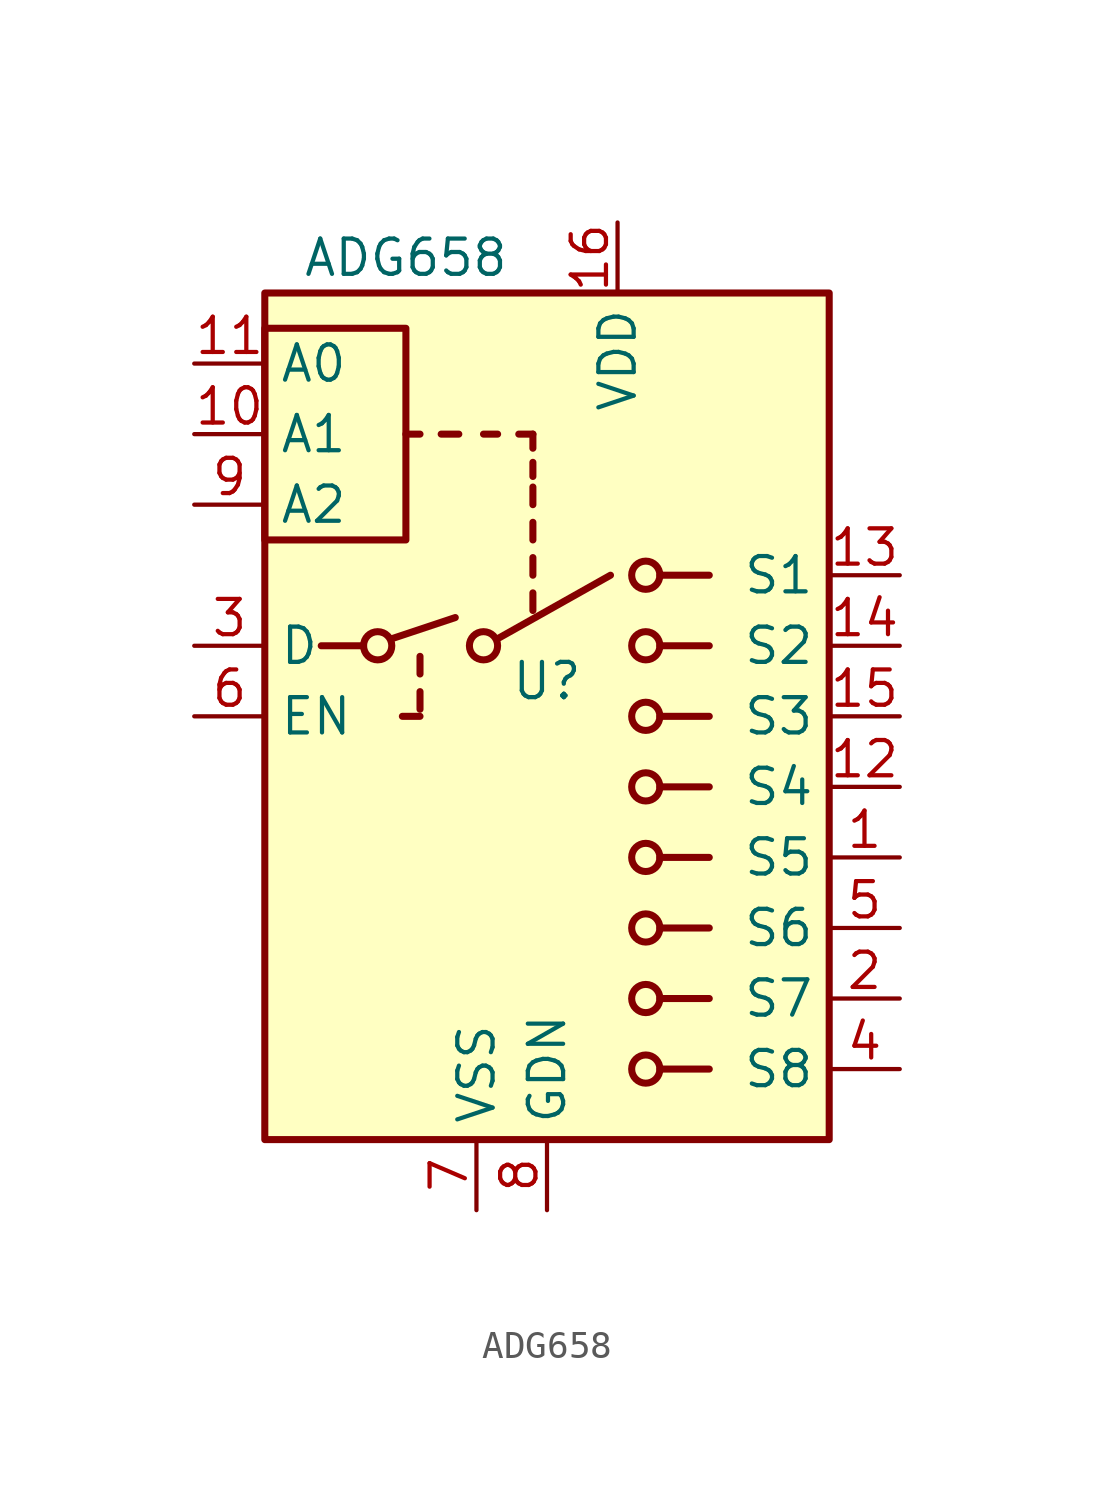
<source format=kicad_sym>
(kicad_symbol_lib
  (version 20211014)
  (generator kicad_symbol_editor)
  (symbol "ADG658"
    (property "Reference" "U"
      (at 0 0 0)
      (effects (font (size 1.27 1.27))))
    (property "Value" "ADG658"
      (at -5.08 15.24 0)
      (effects (font (size 1.27 1.27))))
    (symbol "ADG658_0_1"
      (rectangle (start -10.16 5.08) (end -5.08 12.7) (stroke (width 0.254) (type default) (color 0 0 0 0)) (fill (type none)))
      (rectangle (start -10.16 13.97) (end 10.16 -16.51) (stroke (width 0.254) (type default) (color 0 0 0 0)) (fill (type background)))
      (circle (center -6.096 1.27) (radius 0.508) (stroke (width 0.254) (type default) (color 0 0 0 0)) (fill (type none)))
      (circle (center -2.286 1.27) (radius 0.508) (stroke (width 0.254) (type default) (color 0 0 0 0)) (fill (type none)))
      (polyline (pts (xy -8.128 1.27) (xy -6.604 1.27)) (stroke (width 0.254) (type default) (color 0 0 0 0)) (fill (type none)))
      (polyline (pts (xy -5.588 1.524) (xy -3.302 2.286)) (stroke (width 0.254) (type default) (color 0 0 0 0)) (fill (type none)))
      (polyline (pts (xy -4.572 -1.27) (xy -5.207 -1.27)) (stroke (width 0.254) (type default) (color 0 0 0 0)) (fill (type none)))
      (polyline (pts (xy -4.572 -1.016) (xy -4.572 -0.381)) (stroke (width 0.254) (type default) (color 0 0 0 0)) (fill (type none)))
      (polyline (pts (xy -4.572 0.254) (xy -4.572 0.889)) (stroke (width 0.254) (type default) (color 0 0 0 0)) (fill (type none)))
      (polyline (pts (xy -4.572 8.89) (xy -5.08 8.89)) (stroke (width 0.254) (type default) (color 0 0 0 0)) (fill (type none)))
      (polyline (pts (xy -3.81 8.89) (xy -3.175 8.89)) (stroke (width 0.254) (type default) (color 0 0 0 0)) (fill (type none)))
      (polyline (pts (xy -1.778 1.524) (xy 2.286 3.81)) (stroke (width 0.254) (type default) (color 0 0 0 0)) (fill (type none)))
      (polyline (pts (xy -1.778 8.89) (xy -2.286 8.89)) (stroke (width 0.254) (type default) (color 0 0 0 0)) (fill (type none)))
      (polyline (pts (xy -0.508 2.54) (xy -0.508 3.175)) (stroke (width 0.254) (type default) (color 0 0 0 0)) (fill (type none)))
      (polyline (pts (xy -0.508 3.81) (xy -0.508 4.445)) (stroke (width 0.254) (type default) (color 0 0 0 0)) (fill (type none)))
      (polyline (pts (xy -0.508 5.08) (xy -0.508 5.715)) (stroke (width 0.254) (type default) (color 0 0 0 0)) (fill (type none)))
      (polyline (pts (xy -0.508 6.35) (xy -0.508 6.985)) (stroke (width 0.254) (type default) (color 0 0 0 0)) (fill (type none)))
      (polyline (pts (xy -0.508 7.366) (xy -0.508 7.874)) (stroke (width 0.254) (type default) (color 0 0 0 0)) (fill (type none)))
      (polyline (pts (xy -0.508 8.382) (xy -0.508 8.89)) (stroke (width 0.254) (type default) (color 0 0 0 0)) (fill (type none)))
      (polyline (pts (xy -0.508 8.89) (xy -1.016 8.89)) (stroke (width 0.254) (type default) (color 0 0 0 0)) (fill (type none)))
      (polyline (pts (xy 4.064 -13.97) (xy 5.842 -13.97)) (stroke (width 0.254) (type default) (color 0 0 0 0)) (fill (type none)))
      (polyline (pts (xy 4.064 -11.43) (xy 5.842 -11.43)) (stroke (width 0.254) (type default) (color 0 0 0 0)) (fill (type none)))
      (polyline (pts (xy 4.064 -8.89) (xy 5.842 -8.89)) (stroke (width 0.254) (type default) (color 0 0 0 0)) (fill (type none)))
      (polyline (pts (xy 4.064 -6.35) (xy 5.842 -6.35)) (stroke (width 0.254) (type default) (color 0 0 0 0)) (fill (type none)))
      (polyline (pts (xy 4.064 -3.81) (xy 5.842 -3.81)) (stroke (width 0.254) (type default) (color 0 0 0 0)) (fill (type none)))
      (polyline (pts (xy 4.064 -1.27) (xy 5.842 -1.27)) (stroke (width 0.254) (type default) (color 0 0 0 0)) (fill (type none)))
      (polyline (pts (xy 4.064 1.27) (xy 5.842 1.27)) (stroke (width 0.254) (type default) (color 0 0 0 0)) (fill (type none)))
      (polyline (pts (xy 4.064 3.81) (xy 5.842 3.81)) (stroke (width 0.254) (type default) (color 0 0 0 0)) (fill (type none)))
      (circle (center 3.556 -13.97) (radius 0.508) (stroke (width 0.254) (type default) (color 0 0 0 0)) (fill (type none)))
      (circle (center 3.556 -11.43) (radius 0.508) (stroke (width 0.254) (type default) (color 0 0 0 0)) (fill (type none)))
      (circle (center 3.556 -8.89) (radius 0.508) (stroke (width 0.254) (type default) (color 0 0 0 0)) (fill (type none)))
      (circle (center 3.556 -6.35) (radius 0.508) (stroke (width 0.254) (type default) (color 0 0 0 0)) (fill (type none)))
      (circle (center 3.556 -3.81) (radius 0.508) (stroke (width 0.254) (type default) (color 0 0 0 0)) (fill (type none)))
      (circle (center 3.556 -1.27) (radius 0.508) (stroke (width 0.254) (type default) (color 0 0 0 0)) (fill (type none)))
      (circle (center 3.556 1.27) (radius 0.508) (stroke (width 0.254) (type default) (color 0 0 0 0)) (fill (type none)))
      (circle (center 3.556 3.81) (radius 0.508) (stroke (width 0.254) (type default) (color 0 0 0 0)) (fill (type none))))
    (symbol "ADG658_1_1"
      (pin bidirectional line (at 12.7 -6.35 180) (length 2.54) (name "S5" (effects (font (size 1.27 1.27)))) (number "1" (effects (font (size 1.27 1.27)))))
      (pin input line (at -12.7 8.89 0) (length 2.54) (name "A1" (effects (font (size 1.27 1.27)))) (number "10" (effects (font (size 1.27 1.27)))))
      (pin input line (at -12.7 11.43 0) (length 2.54) (name "A0" (effects (font (size 1.27 1.27)))) (number "11" (effects (font (size 1.27 1.27)))))
      (pin bidirectional line (at 12.7 -3.81 180) (length 2.54) (name "S4" (effects (font (size 1.27 1.27)))) (number "12" (effects (font (size 1.27 1.27)))))
      (pin bidirectional line (at 12.7 3.81 180) (length 2.54) (name "S1" (effects (font (size 1.27 1.27)))) (number "13" (effects (font (size 1.27 1.27)))))
      (pin bidirectional line (at 12.7 1.27 180) (length 2.54) (name "S2" (effects (font (size 1.27 1.27)))) (number "14" (effects (font (size 1.27 1.27)))))
      (pin bidirectional line (at 12.7 -1.27 180) (length 2.54) (name "S3" (effects (font (size 1.27 1.27)))) (number "15" (effects (font (size 1.27 1.27)))))
      (pin power_in line (at 2.54 16.51 270) (length 2.54) (name "VDD" (effects (font (size 1.27 1.27)))) (number "16" (effects (font (size 1.27 1.27)))))
      (pin bidirectional line (at 12.7 -11.43 180) (length 2.54) (name "S7" (effects (font (size 1.27 1.27)))) (number "2" (effects (font (size 1.27 1.27)))))
      (pin bidirectional line (at -12.7 1.27 0) (length 2.54) (name "D" (effects (font (size 1.27 1.27)))) (number "3" (effects (font (size 1.27 1.27)))))
      (pin bidirectional line (at 12.7 -13.97 180) (length 2.54) (name "S8" (effects (font (size 1.27 1.27)))) (number "4" (effects (font (size 1.27 1.27)))))
      (pin bidirectional line (at 12.7 -8.89 180) (length 2.54) (name "S6" (effects (font (size 1.27 1.27)))) (number "5" (effects (font (size 1.27 1.27)))))
      (pin input line (at -12.7 -1.27 0) (length 2.54) (name "EN" (effects (font (size 1.27 1.27)))) (number "6" (effects (font (size 1.27 1.27)))))
      (pin power_in line (at -2.54 -19.05 90) (length 2.54) (name "VSS" (effects (font (size 1.27 1.27)))) (number "7" (effects (font (size 1.27 1.27)))))
      (pin power_in line (at 0 -19.05 90) (length 2.54) (name "GDN" (effects (font (size 1.27 1.27)))) (number "8" (effects (font (size 1.27 1.27)))))
      (pin input line (at -12.7 6.35 0) (length 2.54) (name "A2" (effects (font (size 1.27 1.27)))) (number "9" (effects (font (size 1.27 1.27))))))))
</source>
